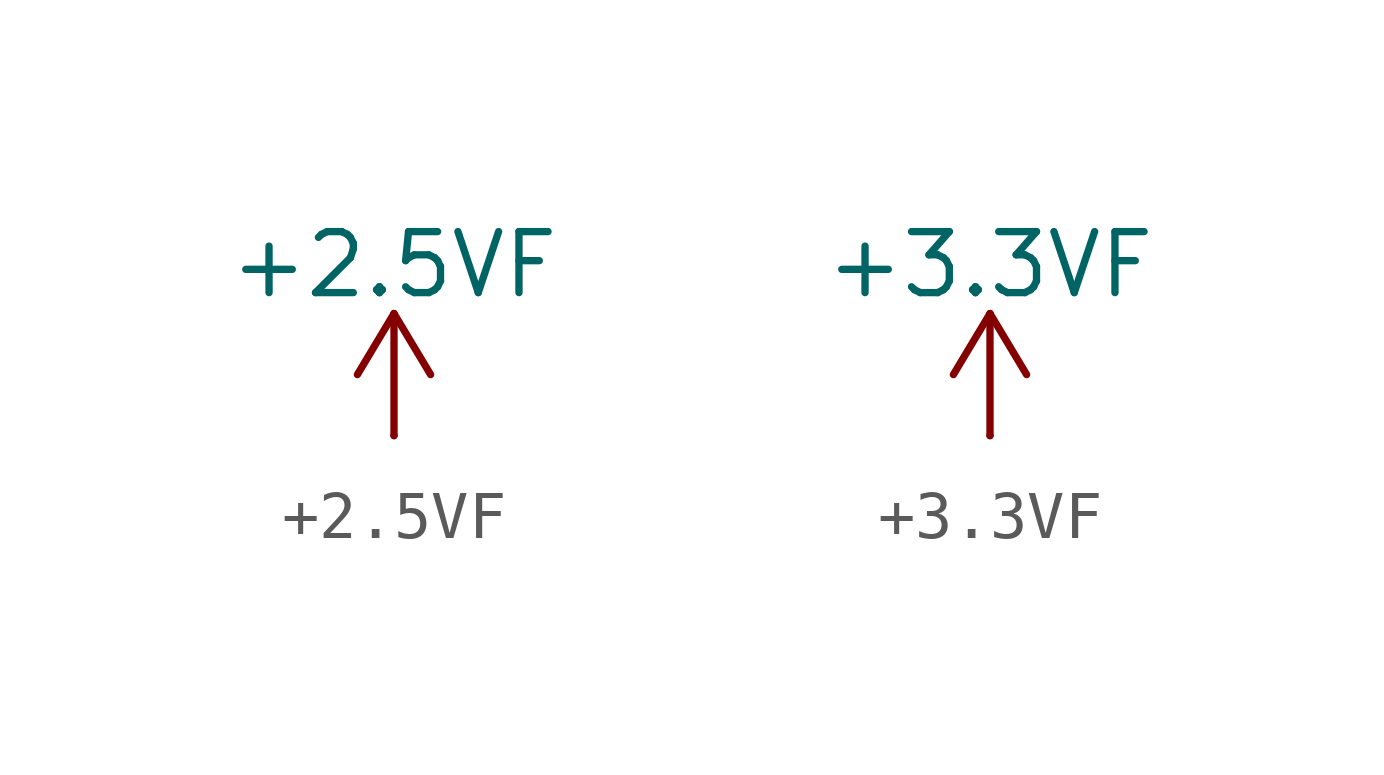
<source format=kicad_sym>
(kicad_symbol_lib
  (version 20231120)
  (generator "kicad_symbol_editor")
  (generator_version "8.0")
  (symbol "+2.5VF"
    (power)
    (pin_numbers hide)
    (pin_names
      (offset 0) hide)
    (property "Reference" "#PWR"
      (at 0 -3.81 0)
      (effects (font (size 1.27 1.27)) (hide yes)))
    (property "Value" "+2.5VF"
      (at 0 3.556 0)
      (effects (font (size 1.27 1.27))))
    (symbol "+2.5VF_0_1"
      (polyline (pts (xy -0.762 1.27) (xy 0 2.54)) (stroke (width 0) (type default)) (fill (type none)))
      (polyline (pts (xy 0 0) (xy 0 2.54)) (stroke (width 0) (type default)) (fill (type none)))
      (polyline (pts (xy 0 2.54) (xy 0.762 1.27)) (stroke (width 0) (type default)) (fill (type none))))
    (symbol "+2.5VF_1_1"
      (pin power_in line (at 0 0 90) (length 0) (name "~" (effects (font (size 1.27 1.27)))) (number "1" (effects (font (size 1.27 1.27)))))))
  (symbol "+3.3VF"
    (power)
    (pin_numbers hide)
    (pin_names
      (offset 0) hide)
    (property "Reference" "#PWR"
      (at 0 -3.81 0)
      (effects (font (size 1.27 1.27)) (hide yes)))
    (property "Value" "+3.3VF"
      (at 0 3.556 0)
      (effects (font (size 1.27 1.27))))
    (symbol "+3.3VF_0_1"
      (polyline (pts (xy -0.762 1.27) (xy 0 2.54)) (stroke (width 0) (type default)) (fill (type none)))
      (polyline (pts (xy 0 0) (xy 0 2.54)) (stroke (width 0) (type default)) (fill (type none)))
      (polyline (pts (xy 0 2.54) (xy 0.762 1.27)) (stroke (width 0) (type default)) (fill (type none))))
    (symbol "+3.3VF_1_1"
      (pin power_in line (at 0 0 90) (length 0) (name "~" (effects (font (size 1.27 1.27)))) (number "1" (effects (font (size 1.27 1.27))))))))
</source>
